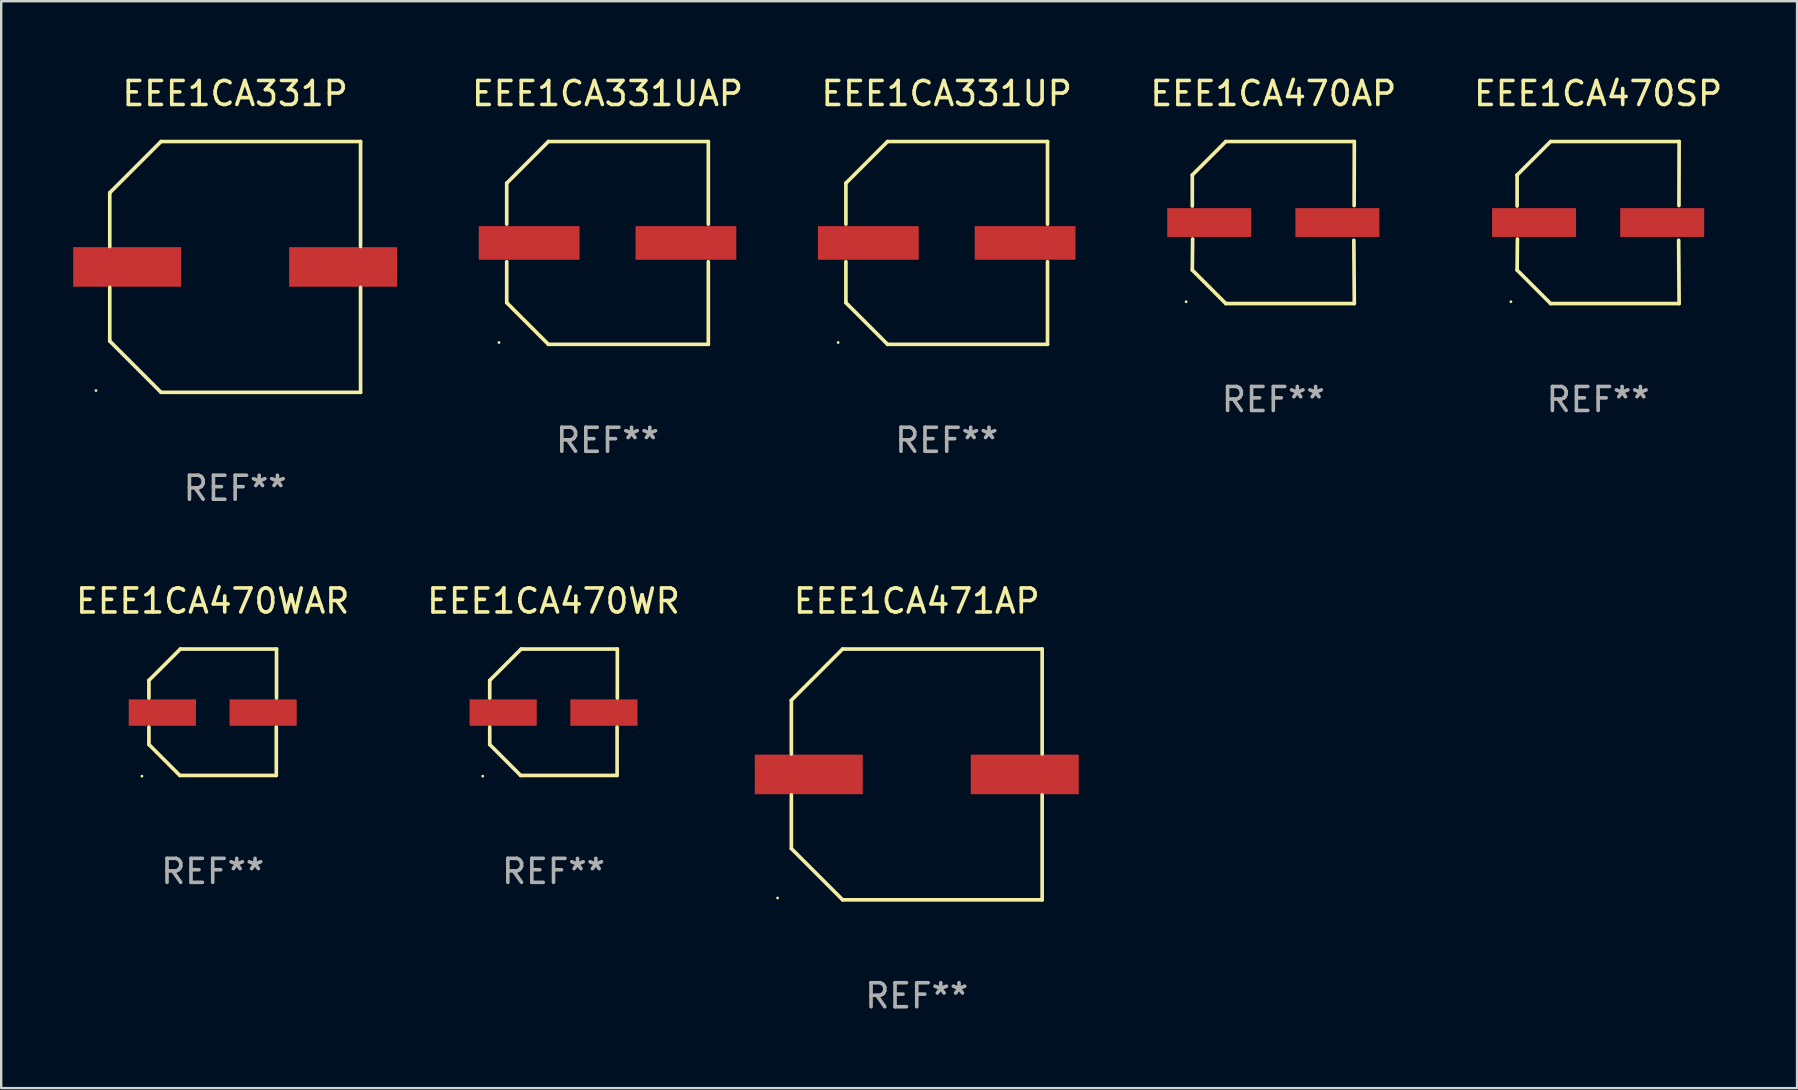
<source format=kicad_pcb>
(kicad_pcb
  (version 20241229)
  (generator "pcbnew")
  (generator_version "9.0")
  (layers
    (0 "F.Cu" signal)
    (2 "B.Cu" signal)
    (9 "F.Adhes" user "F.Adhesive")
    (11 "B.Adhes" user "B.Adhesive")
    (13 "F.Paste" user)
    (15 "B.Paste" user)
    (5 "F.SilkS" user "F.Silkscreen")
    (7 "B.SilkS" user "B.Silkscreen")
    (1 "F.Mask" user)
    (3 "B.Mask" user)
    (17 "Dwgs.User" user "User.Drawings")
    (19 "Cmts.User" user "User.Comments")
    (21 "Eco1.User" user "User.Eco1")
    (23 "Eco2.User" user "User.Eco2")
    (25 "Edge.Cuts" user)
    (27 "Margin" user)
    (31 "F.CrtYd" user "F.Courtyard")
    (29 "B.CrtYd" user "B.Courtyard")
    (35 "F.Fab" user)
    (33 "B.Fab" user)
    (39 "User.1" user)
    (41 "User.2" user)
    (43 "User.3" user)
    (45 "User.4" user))
  (footprint "EEE1CA471AP"
    (layer "F.Cu")
    (at 35.155 29.223)
    (property "Reference" "EEE1CA471AP" (at 0 -7.226 0) (layer "F.SilkS") (effects (font (size 1 1) (thickness 0.15))))
    (attr through_hole)
    (fp_line (start -5.226 -3.09) (end -5.226 -0.852) (stroke (width 0.152) (type solid)) (layer "F.SilkS"))
    (fp_line (start -5.226 3.09) (end -5.226 0.852) (stroke (width 0.152) (type solid)) (layer "F.SilkS"))
    (fp_line (start -3.09 -5.226) (end -5.226 -3.09) (stroke (width 0.152) (type solid)) (layer "F.SilkS"))
    (fp_line (start -3.09 5.226) (end -5.226 3.09) (stroke (width 0.152) (type solid)) (layer "F.SilkS"))
    (fp_line (start 5.226 -5.226) (end -3.09 -5.226) (stroke (width 0.152) (type solid)) (layer "F.SilkS"))
    (fp_line (start 5.226 -0.852) (end 5.226 -5.226) (stroke (width 0.152) (type solid)) (layer "F.SilkS"))
    (fp_line (start 5.226 0.852) (end 5.226 5.226) (stroke (width 0.152) (type solid)) (layer "F.SilkS"))
    (fp_line (start 5.226 5.226) (end -3.09 5.226) (stroke (width 0.152) (type solid)) (layer "F.SilkS"))
    (fp_circle (center -5.8 5.15) (end -5.77 5.15) (stroke (width 0.06) (type solid)) (fill no) (layer "F.SilkS"))
    (fp_text user "REF**" (at 0 9.226 0) (layer "F.Fab") (effects (font (size 1 1) (thickness 0.15))))
    (pad "1" smd rect (at -4.5 0) (size 4.5 1.65) (layers "F.Cu" "F.Mask" "F.Paste"))
    (pad "2" smd rect (at 4.5 0) (size 4.5 1.65) (layers "F.Cu" "F.Mask" "F.Paste")))
  (footprint "EEE1CA331UP"
    (layer "F.Cu")
    (at 36.403 7.074)
    (property "Reference" "EEE1CA331UP" (at 0 -6.226 0) (layer "F.SilkS") (effects (font (size 1 1) (thickness 0.15))))
    (attr through_hole)
    (fp_line (start -4.201 -2.49) (end -4.201 -0.782) (stroke (width 0.152) (type solid)) (layer "F.SilkS"))
    (fp_line (start -4.201 2.49) (end -4.201 0.782) (stroke (width 0.152) (type solid)) (layer "F.SilkS"))
    (fp_line (start -2.465 -4.226) (end -4.201 -2.49) (stroke (width 0.152) (type solid)) (layer "F.SilkS"))
    (fp_line (start -2.465 4.226) (end -4.201 2.49) (stroke (width 0.152) (type solid)) (layer "F.SilkS"))
    (fp_line (start 4.201 -4.226) (end -2.465 -4.226) (stroke (width 0.152) (type solid)) (layer "F.SilkS"))
    (fp_line (start 4.201 -0.782) (end 4.201 -4.226) (stroke (width 0.152) (type solid)) (layer "F.SilkS"))
    (fp_line (start 4.201 0.782) (end 4.201 4.226) (stroke (width 0.152) (type solid)) (layer "F.SilkS"))
    (fp_line (start 4.201 4.226) (end -2.465 4.226) (stroke (width 0.152) (type solid)) (layer "F.SilkS"))
    (fp_circle (center -4.524 4.15) (end -4.494 4.15) (stroke (width 0.06) (type solid)) (fill no) (layer "F.SilkS"))
    (fp_text user "REF**" (at 0 8.226 0) (layer "F.Fab") (effects (font (size 1 1) (thickness 0.15))))
    (pad "1" smd rect (at -3.267 0) (size 4.2 1.4) (layers "F.Cu" "F.Mask" "F.Paste"))
    (pad "2" smd rect (at 3.267 0) (size 4.2 1.4) (layers "F.Cu" "F.Mask" "F.Paste")))
  (footprint "EEE1CA470WR"
    (layer "F.Cu")
    (at 20.018 26.631)
    (property "Reference" "EEE1CA470WR" (at 0 -4.634 0) (layer "F.SilkS") (effects (font (size 1 1) (thickness 0.15))))
    (attr through_hole)
    (fp_line (start -2.659 -1.326) (end -2.659 -0.592) (stroke (width 0.152) (type solid)) (layer "F.SilkS"))
    (fp_line (start -2.659 1.346) (end -2.659 0.622) (stroke (width 0.152) (type solid)) (layer "F.SilkS"))
    (fp_line (start -1.372 2.634) (end -2.659 1.346) (stroke (width 0.152) (type solid)) (layer "F.SilkS"))
    (fp_line (start -1.349 -2.634) (end -2.659 -1.326) (stroke (width 0.152) (type solid)) (layer "F.SilkS"))
    (fp_line (start 2.649 0.622) (end 2.649 2.634) (stroke (width 0.152) (type solid)) (layer "F.SilkS"))
    (fp_line (start 2.649 2.634) (end -1.372 2.634) (stroke (width 0.152) (type solid)) (layer "F.SilkS"))
    (fp_line (start 2.659 -2.634) (end -1.349 -2.634) (stroke (width 0.152) (type solid)) (layer "F.SilkS"))
    (fp_line (start 2.659 -0.592) (end 2.659 -2.634) (stroke (width 0.152) (type solid)) (layer "F.SilkS"))
    (fp_circle (center -2.95 2.665) (end -2.92 2.665) (stroke (width 0.06) (type solid)) (fill no) (layer "F.SilkS"))
    (fp_text user "REF**" (at 0 6.634 0) (layer "F.Fab") (effects (font (size 1 1) (thickness 0.15))))
    (pad "1" smd rect (at -2.1 0.015) (size 2.8 1.1) (layers "F.Cu" "F.Mask" "F.Paste"))
    (pad "2" smd rect (at 2.1 0.015) (size 2.8 1.1) (layers "F.Cu" "F.Mask" "F.Paste")))
  (footprint "EEE1CA331UAP"
    (layer "F.Cu")
    (at 22.268 7.074)
    (property "Reference" "EEE1CA331UAP" (at 0 -6.226 0) (layer "F.SilkS") (effects (font (size 1 1) (thickness 0.15))))
    (attr through_hole)
    (fp_line (start -4.201 -2.49) (end -4.201 -0.782) (stroke (width 0.152) (type solid)) (layer "F.SilkS"))
    (fp_line (start -4.201 2.49) (end -4.201 0.782) (stroke (width 0.152) (type solid)) (layer "F.SilkS"))
    (fp_line (start -2.465 -4.226) (end -4.201 -2.49) (stroke (width 0.152) (type solid)) (layer "F.SilkS"))
    (fp_line (start -2.465 4.226) (end -4.201 2.49) (stroke (width 0.152) (type solid)) (layer "F.SilkS"))
    (fp_line (start 4.201 -4.226) (end -2.465 -4.226) (stroke (width 0.152) (type solid)) (layer "F.SilkS"))
    (fp_line (start 4.201 -0.782) (end 4.201 -4.226) (stroke (width 0.152) (type solid)) (layer "F.SilkS"))
    (fp_line (start 4.201 0.782) (end 4.201 4.226) (stroke (width 0.152) (type solid)) (layer "F.SilkS"))
    (fp_line (start 4.201 4.226) (end -2.465 4.226) (stroke (width 0.152) (type solid)) (layer "F.SilkS"))
    (fp_circle (center -4.524 4.15) (end -4.494 4.15) (stroke (width 0.06) (type solid)) (fill no) (layer "F.SilkS"))
    (fp_text user "REF**" (at 0 8.226 0) (layer "F.Fab") (effects (font (size 1 1) (thickness 0.15))))
    (pad "1" smd rect (at -3.267 0) (size 4.2 1.4) (layers "F.Cu" "F.Mask" "F.Paste"))
    (pad "2" smd rect (at 3.267 0) (size 4.2 1.4) (layers "F.Cu" "F.Mask" "F.Paste")))
  (footprint "EEE1CA470AP"
    (layer "F.Cu")
    (at 50.014 6.224)
    (property "Reference" "EEE1CA470AP" (at 0 -5.376 0) (layer "F.SilkS") (effects (font (size 1 1) (thickness 0.15))))
    (attr through_hole)
    (fp_line (start -3.376 -1.98) (end -3.376 -0.686) (stroke (width 0.152) (type solid)) (layer "F.SilkS"))
    (fp_line (start -3.376 1.981) (end -3.362 0.686) (stroke (width 0.152) (type solid)) (layer "F.SilkS"))
    (fp_line (start -1.981 3.376) (end -3.376 1.981) (stroke (width 0.152) (type solid)) (layer "F.SilkS"))
    (fp_line (start -1.98 -3.376) (end -3.376 -1.98) (stroke (width 0.152) (type solid)) (layer "F.SilkS"))
    (fp_line (start 3.356 0.74) (end 3.376 3.376) (stroke (width 0.152) (type solid)) (layer "F.SilkS"))
    (fp_line (start 3.369 -0.707) (end 3.376 -3.376) (stroke (width 0.152) (type solid)) (layer "F.SilkS"))
    (fp_line (start 3.376 3.376) (end -1.981 3.376) (stroke (width 0.152) (type solid)) (layer "F.SilkS"))
    (fp_line (start 3.376 -3.376) (end -1.98 -3.376) (stroke (width 0.152) (type solid)) (layer "F.SilkS"))
    (fp_circle (center -3.634 3.3) (end -3.604 3.3) (stroke (width 0.06) (type solid)) (fill no) (layer "F.SilkS"))
    (fp_text user "REF**" (at 0 7.376 0) (layer "F.Fab") (effects (font (size 1 1) (thickness 0.15))))
    (pad "1" smd rect (at -2.67 0.000254) (size 3.5 1.2) (layers "F.Cu" "F.Mask" "F.Paste"))
    (pad "2" smd rect (at 2.67 0.000254) (size 3.5 1.2) (layers "F.Cu" "F.Mask" "F.Paste")))
  (footprint "EEE1CA470SP"
    (layer "F.Cu")
    (at 63.55 6.224)
    (property "Reference" "EEE1CA470SP" (at 0 -5.376 0) (layer "F.SilkS") (effects (font (size 1 1) (thickness 0.15))))
    (attr through_hole)
    (fp_line (start -3.376 -1.98) (end -3.376 -0.686) (stroke (width 0.152) (type solid)) (layer "F.SilkS"))
    (fp_line (start -3.376 1.981) (end -3.362 0.686) (stroke (width 0.152) (type solid)) (layer "F.SilkS"))
    (fp_line (start -1.981 3.376) (end -3.376 1.981) (stroke (width 0.152) (type solid)) (layer "F.SilkS"))
    (fp_line (start -1.98 -3.376) (end -3.376 -1.98) (stroke (width 0.152) (type solid)) (layer "F.SilkS"))
    (fp_line (start 3.356 0.74) (end 3.376 3.376) (stroke (width 0.152) (type solid)) (layer "F.SilkS"))
    (fp_line (start 3.369 -0.707) (end 3.376 -3.376) (stroke (width 0.152) (type solid)) (layer "F.SilkS"))
    (fp_line (start 3.376 3.376) (end -1.981 3.376) (stroke (width 0.152) (type solid)) (layer "F.SilkS"))
    (fp_line (start 3.376 -3.376) (end -1.98 -3.376) (stroke (width 0.152) (type solid)) (layer "F.SilkS"))
    (fp_circle (center -3.634 3.3) (end -3.604 3.3) (stroke (width 0.06) (type solid)) (fill no) (layer "F.SilkS"))
    (fp_text user "REF**" (at 0 7.376 0) (layer "F.Fab") (effects (font (size 1 1) (thickness 0.15))))
    (pad "1" smd rect (at -2.67 0.000254) (size 3.5 1.2) (layers "F.Cu" "F.Mask" "F.Paste"))
    (pad "2" smd rect (at 2.67 0.000254) (size 3.5 1.2) (layers "F.Cu" "F.Mask" "F.Paste")))
  (footprint "EEE1CA470WAR"
    (layer "F.Cu")
    (at 5.815 26.631)
    (property "Reference" "EEE1CA470WAR" (at 0 -4.634 0) (layer "F.SilkS") (effects (font (size 1 1) (thickness 0.15))))
    (attr through_hole)
    (fp_line (start -2.659 -1.326) (end -2.659 -0.592) (stroke (width 0.152) (type solid)) (layer "F.SilkS"))
    (fp_line (start -2.659 1.346) (end -2.659 0.622) (stroke (width 0.152) (type solid)) (layer "F.SilkS"))
    (fp_line (start -1.372 2.634) (end -2.659 1.346) (stroke (width 0.152) (type solid)) (layer "F.SilkS"))
    (fp_line (start -1.349 -2.634) (end -2.659 -1.326) (stroke (width 0.152) (type solid)) (layer "F.SilkS"))
    (fp_line (start 2.649 0.622) (end 2.649 2.634) (stroke (width 0.152) (type solid)) (layer "F.SilkS"))
    (fp_line (start 2.649 2.634) (end -1.372 2.634) (stroke (width 0.152) (type solid)) (layer "F.SilkS"))
    (fp_line (start 2.659 -2.634) (end -1.349 -2.634) (stroke (width 0.152) (type solid)) (layer "F.SilkS"))
    (fp_line (start 2.659 -0.592) (end 2.659 -2.634) (stroke (width 0.152) (type solid)) (layer "F.SilkS"))
    (fp_circle (center -2.95 2.665) (end -2.92 2.665) (stroke (width 0.06) (type solid)) (fill no) (layer "F.SilkS"))
    (fp_text user "REF**" (at 0 6.634 0) (layer "F.Fab") (effects (font (size 1 1) (thickness 0.15))))
    (pad "1" smd rect (at -2.1 0.015) (size 2.8 1.1) (layers "F.Cu" "F.Mask" "F.Paste"))
    (pad "2" smd rect (at 2.1 0.015) (size 2.8 1.1) (layers "F.Cu" "F.Mask" "F.Paste")))
  (footprint "EEE1CA331P"
    (layer "F.Cu")
    (at 6.75 8.074)
    (property "Reference" "EEE1CA331P" (at 0 -7.226 0) (layer "F.SilkS") (effects (font (size 1 1) (thickness 0.15))))
    (attr through_hole)
    (fp_line (start -5.226 -3.09) (end -5.226 -0.852) (stroke (width 0.152) (type solid)) (layer "F.SilkS"))
    (fp_line (start -5.226 3.09) (end -5.226 0.852) (stroke (width 0.152) (type solid)) (layer "F.SilkS"))
    (fp_line (start -3.09 -5.226) (end -5.226 -3.09) (stroke (width 0.152) (type solid)) (layer "F.SilkS"))
    (fp_line (start -3.09 5.226) (end -5.226 3.09) (stroke (width 0.152) (type solid)) (layer "F.SilkS"))
    (fp_line (start 5.226 -5.226) (end -3.09 -5.226) (stroke (width 0.152) (type solid)) (layer "F.SilkS"))
    (fp_line (start 5.226 -0.852) (end 5.226 -5.226) (stroke (width 0.152) (type solid)) (layer "F.SilkS"))
    (fp_line (start 5.226 0.852) (end 5.226 5.226) (stroke (width 0.152) (type solid)) (layer "F.SilkS"))
    (fp_line (start 5.226 5.226) (end -3.09 5.226) (stroke (width 0.152) (type solid)) (layer "F.SilkS"))
    (fp_circle (center -5.8 5.15) (end -5.77 5.15) (stroke (width 0.06) (type solid)) (fill no) (layer "F.SilkS"))
    (fp_text user "REF**" (at 0 9.226 0) (layer "F.Fab") (effects (font (size 1 1) (thickness 0.15))))
    (pad "1" smd rect (at -4.5 0) (size 4.5 1.65) (layers "F.Cu" "F.Mask" "F.Paste"))
    (pad "2" smd rect (at 4.5 0) (size 4.5 1.65) (layers "F.Cu" "F.Mask" "F.Paste")))
  (gr_rect
    (start -3 -3)
    (end 71.841 42.298)
    (stroke (width 0.1) (type default))
    (fill no)
    (layer "Edge.Cuts")))
</source>
